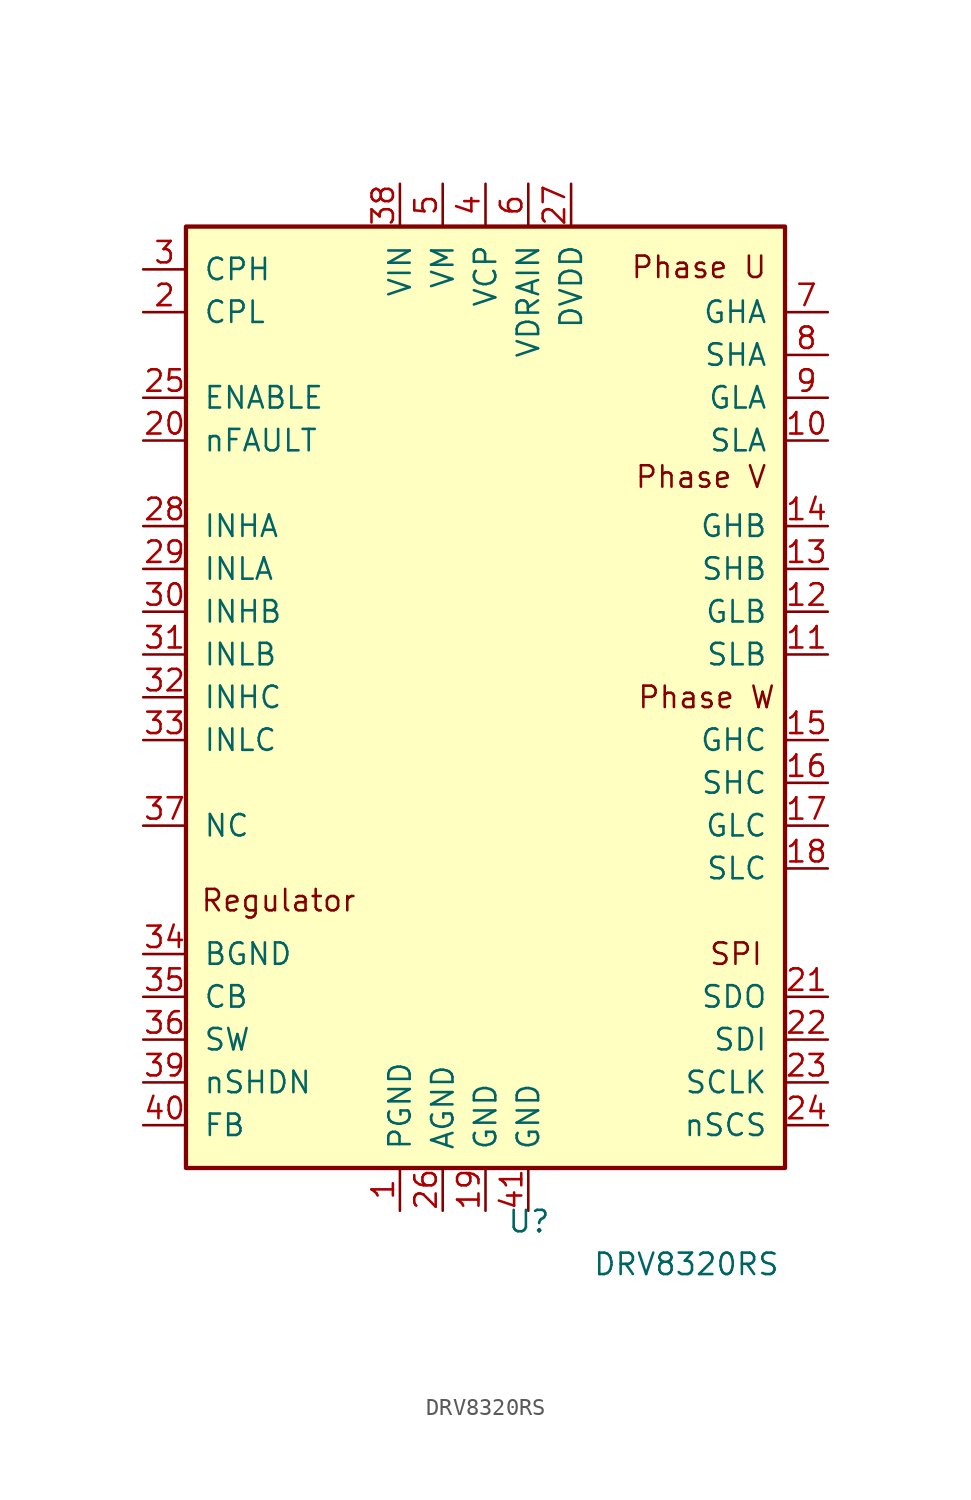
<source format=kicad_sym>
(kicad_symbol_lib
  (version 20220914)
  (generator kicad_symbol_editor)
  (symbol "DRV8320RS"
    (pin_names
      (offset 1.016))
    (property "Reference" "U"
      (at 1.27 -31.115 0)
      (effects (font (size 1.27 1.27)) (justify left)))
    (property "Value" "DRV8320RS"
      (at 6.35 -33.655 0)
      (effects (font (size 1.27 1.27)) (justify left)))
    (symbol "DRV8320RS_0_0"
      (text "SPI" (at 16.51 -15.24 0) (effects (font (size 1.27 1.27)) (justify right))))
    (symbol "DRV8320RS_0_1"
      (rectangle (start -17.78 27.94) (end 17.78 -27.94) (stroke (width 0.254) (type solid)) (fill (type background))))
    (symbol "DRV8320RS_1_1"
      (text "Phase U" (at 16.764 25.527 0) (effects (font (size 1.27 1.27)) (justify right)))
      (text "Phase V" (at 16.764 13.081 0) (effects (font (size 1.27 1.27)) (justify right)))
      (text "Phase W" (at 17.272 0 0) (effects (font (size 1.27 1.27)) (justify right)))
      (text "Regulator" (at -7.62 -12.065 0) (effects (font (size 1.27 1.27)) (justify right)))
      (pin power_in line (at -5.08 -30.48 90) (length 2.54) (name "PGND" (effects (font (size 1.27 1.27)))) (number "1" (effects (font (size 1.27 1.27)))))
      (pin input line (at 20.32 15.24 180) (length 2.54) (name "SLA" (effects (font (size 1.27 1.27)))) (number "10" (effects (font (size 1.27 1.27)))))
      (pin input line (at 20.32 2.54 180) (length 2.54) (name "SLB" (effects (font (size 1.27 1.27)))) (number "11" (effects (font (size 1.27 1.27)))))
      (pin input line (at 20.32 5.08 180) (length 2.54) (name "GLB" (effects (font (size 1.27 1.27)))) (number "12" (effects (font (size 1.27 1.27)))))
      (pin input line (at 20.32 7.62 180) (length 2.54) (name "SHB" (effects (font (size 1.27 1.27)))) (number "13" (effects (font (size 1.27 1.27)))))
      (pin input line (at 20.32 10.16 180) (length 2.54) (name "GHB" (effects (font (size 1.27 1.27)))) (number "14" (effects (font (size 1.27 1.27)))))
      (pin input line (at 20.32 -2.54 180) (length 2.54) (name "GHC" (effects (font (size 1.27 1.27)))) (number "15" (effects (font (size 1.27 1.27)))))
      (pin input line (at 20.32 -5.08 180) (length 2.54) (name "SHC" (effects (font (size 1.27 1.27)))) (number "16" (effects (font (size 1.27 1.27)))))
      (pin input line (at 20.32 -7.62 180) (length 2.54) (name "GLC" (effects (font (size 1.27 1.27)))) (number "17" (effects (font (size 1.27 1.27)))))
      (pin input line (at 20.32 -10.16 180) (length 2.54) (name "SLC" (effects (font (size 1.27 1.27)))) (number "18" (effects (font (size 1.27 1.27)))))
      (pin power_in line (at 0 -30.48 90) (length 2.54) (name "GND" (effects (font (size 1.27 1.27)))) (number "19" (effects (font (size 1.27 1.27)))))
      (pin input line (at -20.32 22.86 0) (length 2.54) (name "CPL" (effects (font (size 1.27 1.27)))) (number "2" (effects (font (size 1.27 1.27)))))
      (pin input line (at -20.32 15.24 0) (length 2.54) (name "nFAULT" (effects (font (size 1.27 1.27)))) (number "20" (effects (font (size 1.27 1.27)))))
      (pin input line (at 20.32 -17.78 180) (length 2.54) (name "SDO" (effects (font (size 1.27 1.27)))) (number "21" (effects (font (size 1.27 1.27)))))
      (pin input line (at 20.32 -20.32 180) (length 2.54) (name "SDI" (effects (font (size 1.27 1.27)))) (number "22" (effects (font (size 1.27 1.27)))))
      (pin input line (at 20.32 -22.86 180) (length 2.54) (name "SCLK" (effects (font (size 1.27 1.27)))) (number "23" (effects (font (size 1.27 1.27)))))
      (pin input line (at 20.32 -25.4 180) (length 2.54) (name "nSCS" (effects (font (size 1.27 1.27)))) (number "24" (effects (font (size 1.27 1.27)))))
      (pin input line (at -20.32 17.78 0) (length 2.54) (name "ENABLE" (effects (font (size 1.27 1.27)))) (number "25" (effects (font (size 1.27 1.27)))))
      (pin power_in line (at -2.54 -30.48 90) (length 2.54) (name "AGND" (effects (font (size 1.27 1.27)))) (number "26" (effects (font (size 1.27 1.27)))))
      (pin power_out line (at 5.08 30.48 270) (length 2.54) (name "DVDD" (effects (font (size 1.27 1.27)))) (number "27" (effects (font (size 1.27 1.27)))))
      (pin input line (at -20.32 10.16 0) (length 2.54) (name "INHA" (effects (font (size 1.27 1.27)))) (number "28" (effects (font (size 1.27 1.27)))))
      (pin input line (at -20.32 7.62 0) (length 2.54) (name "INLA" (effects (font (size 1.27 1.27)))) (number "29" (effects (font (size 1.27 1.27)))))
      (pin input line (at -20.32 25.4 0) (length 2.54) (name "CPH" (effects (font (size 1.27 1.27)))) (number "3" (effects (font (size 1.27 1.27)))))
      (pin input line (at -20.32 5.08 0) (length 2.54) (name "INHB" (effects (font (size 1.27 1.27)))) (number "30" (effects (font (size 1.27 1.27)))))
      (pin input line (at -20.32 2.54 0) (length 2.54) (name "INLB" (effects (font (size 1.27 1.27)))) (number "31" (effects (font (size 1.27 1.27)))))
      (pin input line (at -20.32 0 0) (length 2.54) (name "INHC" (effects (font (size 1.27 1.27)))) (number "32" (effects (font (size 1.27 1.27)))))
      (pin input line (at -20.32 -2.54 0) (length 2.54) (name "INLC" (effects (font (size 1.27 1.27)))) (number "33" (effects (font (size 1.27 1.27)))))
      (pin power_in line (at -20.32 -15.24 0) (length 2.54) (name "BGND" (effects (font (size 1.27 1.27)))) (number "34" (effects (font (size 1.27 1.27)))))
      (pin input line (at -20.32 -17.78 0) (length 2.54) (name "CB" (effects (font (size 1.27 1.27)))) (number "35" (effects (font (size 1.27 1.27)))))
      (pin power_in line (at -20.32 -20.32 0) (length 2.54) (name "SW" (effects (font (size 1.27 1.27)))) (number "36" (effects (font (size 1.27 1.27)))))
      (pin input line (at -20.32 -7.62 0) (length 2.54) (name "NC" (effects (font (size 1.27 1.27)))) (number "37" (effects (font (size 1.27 1.27)))))
      (pin input line (at -5.08 30.48 270) (length 2.54) (name "VIN" (effects (font (size 1.27 1.27)))) (number "38" (effects (font (size 1.27 1.27)))))
      (pin input line (at -20.32 -22.86 0) (length 2.54) (name "nSHDN" (effects (font (size 1.27 1.27)))) (number "39" (effects (font (size 1.27 1.27)))))
      (pin input line (at 0 30.48 270) (length 2.54) (name "VCP" (effects (font (size 1.27 1.27)))) (number "4" (effects (font (size 1.27 1.27)))))
      (pin input line (at -20.32 -25.4 0) (length 2.54) (name "FB" (effects (font (size 1.27 1.27)))) (number "40" (effects (font (size 1.27 1.27)))))
      (pin power_in line (at 2.54 -30.48 90) (length 2.54) (name "GND" (effects (font (size 1.27 1.27)))) (number "41" (effects (font (size 1.27 1.27)))))
      (pin power_in line (at -2.54 30.48 270) (length 2.54) (name "VM" (effects (font (size 1.27 1.27)))) (number "5" (effects (font (size 1.27 1.27)))))
      (pin power_out line (at 2.54 30.48 270) (length 2.54) (name "VDRAIN" (effects (font (size 1.27 1.27)))) (number "6" (effects (font (size 1.27 1.27)))))
      (pin output line (at 20.32 22.86 180) (length 2.54) (name "GHA" (effects (font (size 1.27 1.27)))) (number "7" (effects (font (size 1.27 1.27)))))
      (pin input line (at 20.32 20.32 180) (length 2.54) (name "SHA" (effects (font (size 1.27 1.27)))) (number "8" (effects (font (size 1.27 1.27)))))
      (pin input line (at 20.32 17.78 180) (length 2.54) (name "GLA" (effects (font (size 1.27 1.27)))) (number "9" (effects (font (size 1.27 1.27))))))))
</source>
